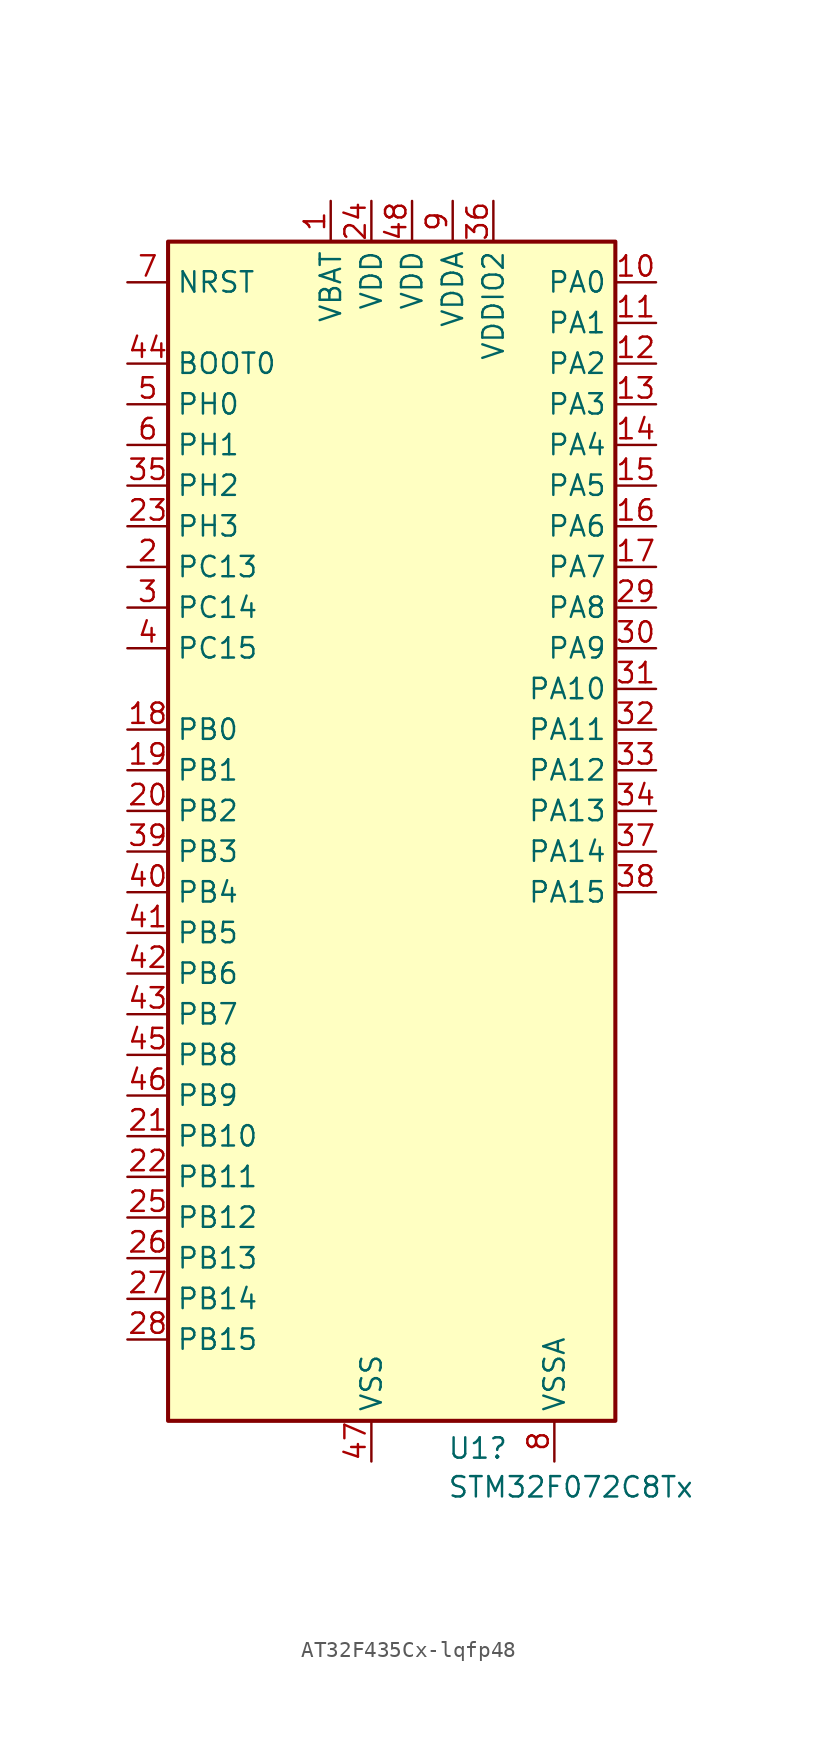
<source format=kicad_sym>
(kicad_symbol_lib
  (version 20220914)
  (generator kicad_symbol_editor)
  (symbol "AT32F435Cx-lqfp48"
    (property "Reference" "U1"
      (at 4.734 -37.28 0)
      (effects (font (size 1.27 1.27)) (justify left)))
    (property "Value" "STM32F072C8Tx"
      (at 4.734 -39.704 0)
      (effects (font (size 1.27 1.27)) (justify left)))
    (property "ki_locked" ""
      (at 0 0 0)
      (effects (font (size 1.27 1.27))))
    (symbol "AT32F435Cx-lqfp48_0_1"
      (rectangle (start -12.7 38.1) (end 15.24 -35.56) (stroke (width 0.254) (type default)) (fill (type background))))
    (symbol "AT32F435Cx-lqfp48_1_1"
      (pin power_in line (at -2.54 40.64 270) (length 2.54) (name "VBAT" (effects (font (size 1.27 1.27)))) (number "1" (effects (font (size 1.27 1.27)))))
      (pin bidirectional line (at 17.78 35.56 180) (length 2.54) (name "PA0" (effects (font (size 1.27 1.27)))) (number "10" (effects (font (size 1.27 1.27)))) (alternate "ADC_IN0" bidirectional line) (alternate "COMP1_INM" bidirectional line) (alternate "COMP1_OUT" bidirectional line) (alternate "RTC_TAMP2" bidirectional line) (alternate "SYS_WKUP1" bidirectional line) (alternate "TIM2_CH1" bidirectional line) (alternate "TIM2_ETR" bidirectional line) (alternate "TSC_G1_IO1" bidirectional line) (alternate "USART2_CTS" bidirectional line) (alternate "USART4_TX" bidirectional line))
      (pin bidirectional line (at 17.78 33.02 180) (length 2.54) (name "PA1" (effects (font (size 1.27 1.27)))) (number "11" (effects (font (size 1.27 1.27)))) (alternate "ADC_IN1" bidirectional line) (alternate "COMP1_INP" bidirectional line) (alternate "TIM15_CH1N" bidirectional line) (alternate "TIM2_CH2" bidirectional line) (alternate "TSC_G1_IO2" bidirectional line) (alternate "USART2_DE" bidirectional line) (alternate "USART2_RTS" bidirectional line) (alternate "USART4_RX" bidirectional line))
      (pin bidirectional line (at 17.78 30.48 180) (length 2.54) (name "PA2" (effects (font (size 1.27 1.27)))) (number "12" (effects (font (size 1.27 1.27)))) (alternate "ADC_IN2" bidirectional line) (alternate "COMP2_INM" bidirectional line) (alternate "COMP2_OUT" bidirectional line) (alternate "SYS_WKUP4" bidirectional line) (alternate "TIM15_CH1" bidirectional line) (alternate "TIM2_CH3" bidirectional line) (alternate "TSC_G1_IO3" bidirectional line) (alternate "USART2_TX" bidirectional line))
      (pin bidirectional line (at 17.78 27.94 180) (length 2.54) (name "PA3" (effects (font (size 1.27 1.27)))) (number "13" (effects (font (size 1.27 1.27)))) (alternate "ADC_IN3" bidirectional line) (alternate "COMP2_INP" bidirectional line) (alternate "TIM15_CH2" bidirectional line) (alternate "TIM2_CH4" bidirectional line) (alternate "TSC_G1_IO4" bidirectional line) (alternate "USART2_RX" bidirectional line))
      (pin bidirectional line (at 17.78 25.4 180) (length 2.54) (name "PA4" (effects (font (size 1.27 1.27)))) (number "14" (effects (font (size 1.27 1.27)))) (alternate "ADC_IN4" bidirectional line) (alternate "COMP1_INM" bidirectional line) (alternate "COMP2_INM" bidirectional line) (alternate "DAC_OUT1" bidirectional line) (alternate "I2S1_WS" bidirectional line) (alternate "SPI1_NSS" bidirectional line) (alternate "TIM14_CH1" bidirectional line) (alternate "TSC_G2_IO1" bidirectional line) (alternate "USART2_CK" bidirectional line))
      (pin bidirectional line (at 17.78 22.86 180) (length 2.54) (name "PA5" (effects (font (size 1.27 1.27)))) (number "15" (effects (font (size 1.27 1.27)))) (alternate "ADC_IN5" bidirectional line) (alternate "CEC" bidirectional line) (alternate "COMP1_INM" bidirectional line) (alternate "COMP2_INM" bidirectional line) (alternate "DAC_OUT2" bidirectional line) (alternate "I2S1_CK" bidirectional line) (alternate "SPI1_SCK" bidirectional line) (alternate "TIM2_CH1" bidirectional line) (alternate "TIM2_ETR" bidirectional line) (alternate "TSC_G2_IO2" bidirectional line))
      (pin bidirectional line (at 17.78 20.32 180) (length 2.54) (name "PA6" (effects (font (size 1.27 1.27)))) (number "16" (effects (font (size 1.27 1.27)))) (alternate "ADC_IN6" bidirectional line) (alternate "COMP1_OUT" bidirectional line) (alternate "I2S1_MCK" bidirectional line) (alternate "SPI1_MISO" bidirectional line) (alternate "TIM16_CH1" bidirectional line) (alternate "TIM1_BKIN" bidirectional line) (alternate "TIM3_CH1" bidirectional line) (alternate "TSC_G2_IO3" bidirectional line) (alternate "USART3_CTS" bidirectional line))
      (pin bidirectional line (at 17.78 17.78 180) (length 2.54) (name "PA7" (effects (font (size 1.27 1.27)))) (number "17" (effects (font (size 1.27 1.27)))) (alternate "ADC_IN7" bidirectional line) (alternate "COMP2_OUT" bidirectional line) (alternate "I2S1_SD" bidirectional line) (alternate "SPI1_MOSI" bidirectional line) (alternate "TIM14_CH1" bidirectional line) (alternate "TIM17_CH1" bidirectional line) (alternate "TIM1_CH1N" bidirectional line) (alternate "TIM3_CH2" bidirectional line) (alternate "TSC_G2_IO4" bidirectional line))
      (pin bidirectional line (at -15.24 7.62 0) (length 2.54) (name "PB0" (effects (font (size 1.27 1.27)))) (number "18" (effects (font (size 1.27 1.27)))) (alternate "ADC_IN8" bidirectional line) (alternate "TIM1_CH2N" bidirectional line) (alternate "TIM3_CH3" bidirectional line) (alternate "TSC_G3_IO2" bidirectional line) (alternate "USART3_CK" bidirectional line))
      (pin bidirectional line (at -15.24 5.08 0) (length 2.54) (name "PB1" (effects (font (size 1.27 1.27)))) (number "19" (effects (font (size 1.27 1.27)))) (alternate "ADC_IN9" bidirectional line) (alternate "TIM14_CH1" bidirectional line) (alternate "TIM1_CH3N" bidirectional line) (alternate "TIM3_CH4" bidirectional line) (alternate "TSC_G3_IO3" bidirectional line) (alternate "USART3_DE" bidirectional line) (alternate "USART3_RTS" bidirectional line))
      (pin bidirectional line (at -15.24 17.78 0) (length 2.54) (name "PC13" (effects (font (size 1.27 1.27)))) (number "2" (effects (font (size 1.27 1.27)))) (alternate "RTC_OUT_ALARM" bidirectional line) (alternate "RTC_OUT_CALIB" bidirectional line) (alternate "RTC_TAMP1" bidirectional line) (alternate "RTC_TS" bidirectional line) (alternate "SYS_WKUP2" bidirectional line))
      (pin bidirectional line (at -15.24 2.54 0) (length 2.54) (name "PB2" (effects (font (size 1.27 1.27)))) (number "20" (effects (font (size 1.27 1.27)))) (alternate "TSC_G3_IO4" bidirectional line))
      (pin bidirectional line (at -15.24 -17.78 0) (length 2.54) (name "PB10" (effects (font (size 1.27 1.27)))) (number "21" (effects (font (size 1.27 1.27)))) (alternate "CEC" bidirectional line) (alternate "I2C2_SCL" bidirectional line) (alternate "I2S2_CK" bidirectional line) (alternate "SPI2_SCK" bidirectional line) (alternate "TIM2_CH3" bidirectional line) (alternate "TSC_SYNC" bidirectional line) (alternate "USART3_TX" bidirectional line))
      (pin bidirectional line (at -15.24 -20.32 0) (length 2.54) (name "PB11" (effects (font (size 1.27 1.27)))) (number "22" (effects (font (size 1.27 1.27)))) (alternate "I2C2_SDA" bidirectional line) (alternate "TIM2_CH4" bidirectional line) (alternate "TSC_G6_IO1" bidirectional line) (alternate "USART3_RX" bidirectional line))
      (pin bidirectional line (at -15.24 20.32 0) (length 2.54) (name "PH3" (effects (font (size 1.27 1.27)))) (number "23" (effects (font (size 1.27 1.27)))))
      (pin power_in line (at 0 40.64 270) (length 2.54) (name "VDD" (effects (font (size 1.27 1.27)))) (number "24" (effects (font (size 1.27 1.27)))))
      (pin bidirectional line (at -15.24 -22.86 0) (length 2.54) (name "PB12" (effects (font (size 1.27 1.27)))) (number "25" (effects (font (size 1.27 1.27)))) (alternate "I2S2_WS" bidirectional line) (alternate "SPI2_NSS" bidirectional line) (alternate "TIM15_BKIN" bidirectional line) (alternate "TIM1_BKIN" bidirectional line) (alternate "TSC_G6_IO2" bidirectional line) (alternate "USART3_CK" bidirectional line))
      (pin bidirectional line (at -15.24 -25.4 0) (length 2.54) (name "PB13" (effects (font (size 1.27 1.27)))) (number "26" (effects (font (size 1.27 1.27)))) (alternate "I2C2_SCL" bidirectional line) (alternate "I2S2_CK" bidirectional line) (alternate "SPI2_SCK" bidirectional line) (alternate "TIM1_CH1N" bidirectional line) (alternate "TSC_G6_IO3" bidirectional line) (alternate "USART3_CTS" bidirectional line))
      (pin bidirectional line (at -15.24 -27.94 0) (length 2.54) (name "PB14" (effects (font (size 1.27 1.27)))) (number "27" (effects (font (size 1.27 1.27)))) (alternate "I2C2_SDA" bidirectional line) (alternate "I2S2_MCK" bidirectional line) (alternate "SPI2_MISO" bidirectional line) (alternate "TIM15_CH1" bidirectional line) (alternate "TIM1_CH2N" bidirectional line) (alternate "TSC_G6_IO4" bidirectional line) (alternate "USART3_DE" bidirectional line) (alternate "USART3_RTS" bidirectional line))
      (pin bidirectional line (at -15.24 -30.48 0) (length 2.54) (name "PB15" (effects (font (size 1.27 1.27)))) (number "28" (effects (font (size 1.27 1.27)))) (alternate "I2S2_SD" bidirectional line) (alternate "RTC_REFIN" bidirectional line) (alternate "SPI2_MOSI" bidirectional line) (alternate "SYS_WKUP7" bidirectional line) (alternate "TIM15_CH1N" bidirectional line) (alternate "TIM15_CH2" bidirectional line) (alternate "TIM1_CH3N" bidirectional line))
      (pin bidirectional line (at 17.78 15.24 180) (length 2.54) (name "PA8" (effects (font (size 1.27 1.27)))) (number "29" (effects (font (size 1.27 1.27)))) (alternate "CRS_SYNC" bidirectional line) (alternate "RCC_MCO" bidirectional line) (alternate "TIM1_CH1" bidirectional line) (alternate "USART1_CK" bidirectional line))
      (pin bidirectional line (at -15.24 15.24 0) (length 2.54) (name "PC14" (effects (font (size 1.27 1.27)))) (number "3" (effects (font (size 1.27 1.27)))) (alternate "RCC_OSC32_IN" bidirectional line))
      (pin bidirectional line (at 17.78 12.7 180) (length 2.54) (name "PA9" (effects (font (size 1.27 1.27)))) (number "30" (effects (font (size 1.27 1.27)))) (alternate "DAC_EXTI9" bidirectional line) (alternate "TIM15_BKIN" bidirectional line) (alternate "TIM1_CH2" bidirectional line) (alternate "TSC_G4_IO1" bidirectional line) (alternate "USART1_TX" bidirectional line))
      (pin bidirectional line (at 17.78 10.16 180) (length 2.54) (name "PA10" (effects (font (size 1.27 1.27)))) (number "31" (effects (font (size 1.27 1.27)))) (alternate "TIM17_BKIN" bidirectional line) (alternate "TIM1_CH3" bidirectional line) (alternate "TSC_G4_IO2" bidirectional line) (alternate "USART1_RX" bidirectional line))
      (pin bidirectional line (at 17.78 7.62 180) (length 2.54) (name "PA11" (effects (font (size 1.27 1.27)))) (number "32" (effects (font (size 1.27 1.27)))) (alternate "CAN_RX" bidirectional line) (alternate "COMP1_OUT" bidirectional line) (alternate "TIM1_CH4" bidirectional line) (alternate "TSC_G4_IO3" bidirectional line) (alternate "USART1_CTS" bidirectional line) (alternate "USB_DM" bidirectional line))
      (pin bidirectional line (at 17.78 5.08 180) (length 2.54) (name "PA12" (effects (font (size 1.27 1.27)))) (number "33" (effects (font (size 1.27 1.27)))) (alternate "CAN_TX" bidirectional line) (alternate "COMP2_OUT" bidirectional line) (alternate "TIM1_ETR" bidirectional line) (alternate "TSC_G4_IO4" bidirectional line) (alternate "USART1_DE" bidirectional line) (alternate "USART1_RTS" bidirectional line) (alternate "USB_DP" bidirectional line))
      (pin bidirectional line (at 17.78 2.54 180) (length 2.54) (name "PA13" (effects (font (size 1.27 1.27)))) (number "34" (effects (font (size 1.27 1.27)))) (alternate "IR_OUT" bidirectional line) (alternate "SYS_SWDIO" bidirectional line) (alternate "USB_NOE" bidirectional line))
      (pin bidirectional line (at -15.24 22.86 0) (length 2.54) (name "PH2" (effects (font (size 1.27 1.27)))) (number "35" (effects (font (size 1.27 1.27)))))
      (pin power_in line (at 7.62 40.64 270) (length 2.54) (name "VDDIO2" (effects (font (size 1.27 1.27)))) (number "36" (effects (font (size 1.27 1.27)))))
      (pin bidirectional line (at 17.78 0 180) (length 2.54) (name "PA14" (effects (font (size 1.27 1.27)))) (number "37" (effects (font (size 1.27 1.27)))) (alternate "SYS_SWCLK" bidirectional line) (alternate "USART2_TX" bidirectional line))
      (pin bidirectional line (at 17.78 -2.54 180) (length 2.54) (name "PA15" (effects (font (size 1.27 1.27)))) (number "38" (effects (font (size 1.27 1.27)))) (alternate "I2S1_WS" bidirectional line) (alternate "SPI1_NSS" bidirectional line) (alternate "TIM2_CH1" bidirectional line) (alternate "TIM2_ETR" bidirectional line) (alternate "USART2_RX" bidirectional line) (alternate "USART4_DE" bidirectional line) (alternate "USART4_RTS" bidirectional line))
      (pin bidirectional line (at -15.24 0 0) (length 2.54) (name "PB3" (effects (font (size 1.27 1.27)))) (number "39" (effects (font (size 1.27 1.27)))) (alternate "I2S1_CK" bidirectional line) (alternate "SPI1_SCK" bidirectional line) (alternate "TIM2_CH2" bidirectional line) (alternate "TSC_G5_IO1" bidirectional line))
      (pin bidirectional line (at -15.24 12.7 0) (length 2.54) (name "PC15" (effects (font (size 1.27 1.27)))) (number "4" (effects (font (size 1.27 1.27)))) (alternate "RCC_OSC32_OUT" bidirectional line))
      (pin bidirectional line (at -15.24 -2.54 0) (length 2.54) (name "PB4" (effects (font (size 1.27 1.27)))) (number "40" (effects (font (size 1.27 1.27)))) (alternate "I2S1_MCK" bidirectional line) (alternate "SPI1_MISO" bidirectional line) (alternate "TIM17_BKIN" bidirectional line) (alternate "TIM3_CH1" bidirectional line) (alternate "TSC_G5_IO2" bidirectional line))
      (pin bidirectional line (at -15.24 -5.08 0) (length 2.54) (name "PB5" (effects (font (size 1.27 1.27)))) (number "41" (effects (font (size 1.27 1.27)))) (alternate "I2C1_SMBA" bidirectional line) (alternate "I2S1_SD" bidirectional line) (alternate "SPI1_MOSI" bidirectional line) (alternate "SYS_WKUP6" bidirectional line) (alternate "TIM16_BKIN" bidirectional line) (alternate "TIM3_CH2" bidirectional line))
      (pin bidirectional line (at -15.24 -7.62 0) (length 2.54) (name "PB6" (effects (font (size 1.27 1.27)))) (number "42" (effects (font (size 1.27 1.27)))) (alternate "I2C1_SCL" bidirectional line) (alternate "TIM16_CH1N" bidirectional line) (alternate "TSC_G5_IO3" bidirectional line) (alternate "USART1_TX" bidirectional line))
      (pin bidirectional line (at -15.24 -10.16 0) (length 2.54) (name "PB7" (effects (font (size 1.27 1.27)))) (number "43" (effects (font (size 1.27 1.27)))) (alternate "I2C1_SDA" bidirectional line) (alternate "TIM17_CH1N" bidirectional line) (alternate "TSC_G5_IO4" bidirectional line) (alternate "USART1_RX" bidirectional line) (alternate "USART4_CTS" bidirectional line))
      (pin input line (at -15.24 30.48 0) (length 2.54) (name "BOOT0" (effects (font (size 1.27 1.27)))) (number "44" (effects (font (size 1.27 1.27)))))
      (pin bidirectional line (at -15.24 -12.7 0) (length 2.54) (name "PB8" (effects (font (size 1.27 1.27)))) (number "45" (effects (font (size 1.27 1.27)))) (alternate "CAN_RX" bidirectional line) (alternate "CEC" bidirectional line) (alternate "I2C1_SCL" bidirectional line) (alternate "TIM16_CH1" bidirectional line) (alternate "TSC_SYNC" bidirectional line))
      (pin bidirectional line (at -15.24 -15.24 0) (length 2.54) (name "PB9" (effects (font (size 1.27 1.27)))) (number "46" (effects (font (size 1.27 1.27)))) (alternate "CAN_TX" bidirectional line) (alternate "DAC_EXTI9" bidirectional line) (alternate "I2C1_SDA" bidirectional line) (alternate "I2S2_WS" bidirectional line) (alternate "IR_OUT" bidirectional line) (alternate "SPI2_NSS" bidirectional line) (alternate "TIM17_CH1" bidirectional line))
      (pin passive line (at 0 -38.1 90) (length 2.54) (name "VSS" (effects (font (size 1.27 1.27)))) (number "47" (effects (font (size 1.27 1.27)))))
      (pin power_in line (at 2.54 40.64 270) (length 2.54) (name "VDD" (effects (font (size 1.27 1.27)))) (number "48" (effects (font (size 1.27 1.27)))))
      (pin bidirectional line (at -15.24 27.94 0) (length 2.54) (name "PH0" (effects (font (size 1.27 1.27)))) (number "5" (effects (font (size 1.27 1.27)))) (alternate "CRS_SYNC" bidirectional line) (alternate "RCC_OSC_IN" bidirectional line))
      (pin bidirectional line (at -15.24 25.4 0) (length 2.54) (name "PH1" (effects (font (size 1.27 1.27)))) (number "6" (effects (font (size 1.27 1.27)))) (alternate "RCC_OSC_OUT" bidirectional line))
      (pin input line (at -15.24 35.56 0) (length 2.54) (name "NRST" (effects (font (size 1.27 1.27)))) (number "7" (effects (font (size 1.27 1.27)))))
      (pin power_in line (at 11.43 -38.1 90) (length 2.54) (name "VSSA" (effects (font (size 1.27 1.27)))) (number "8" (effects (font (size 1.27 1.27)))))
      (pin power_in line (at 5.08 40.64 270) (length 2.54) (name "VDDA" (effects (font (size 1.27 1.27)))) (number "9" (effects (font (size 1.27 1.27))))))))
</source>
